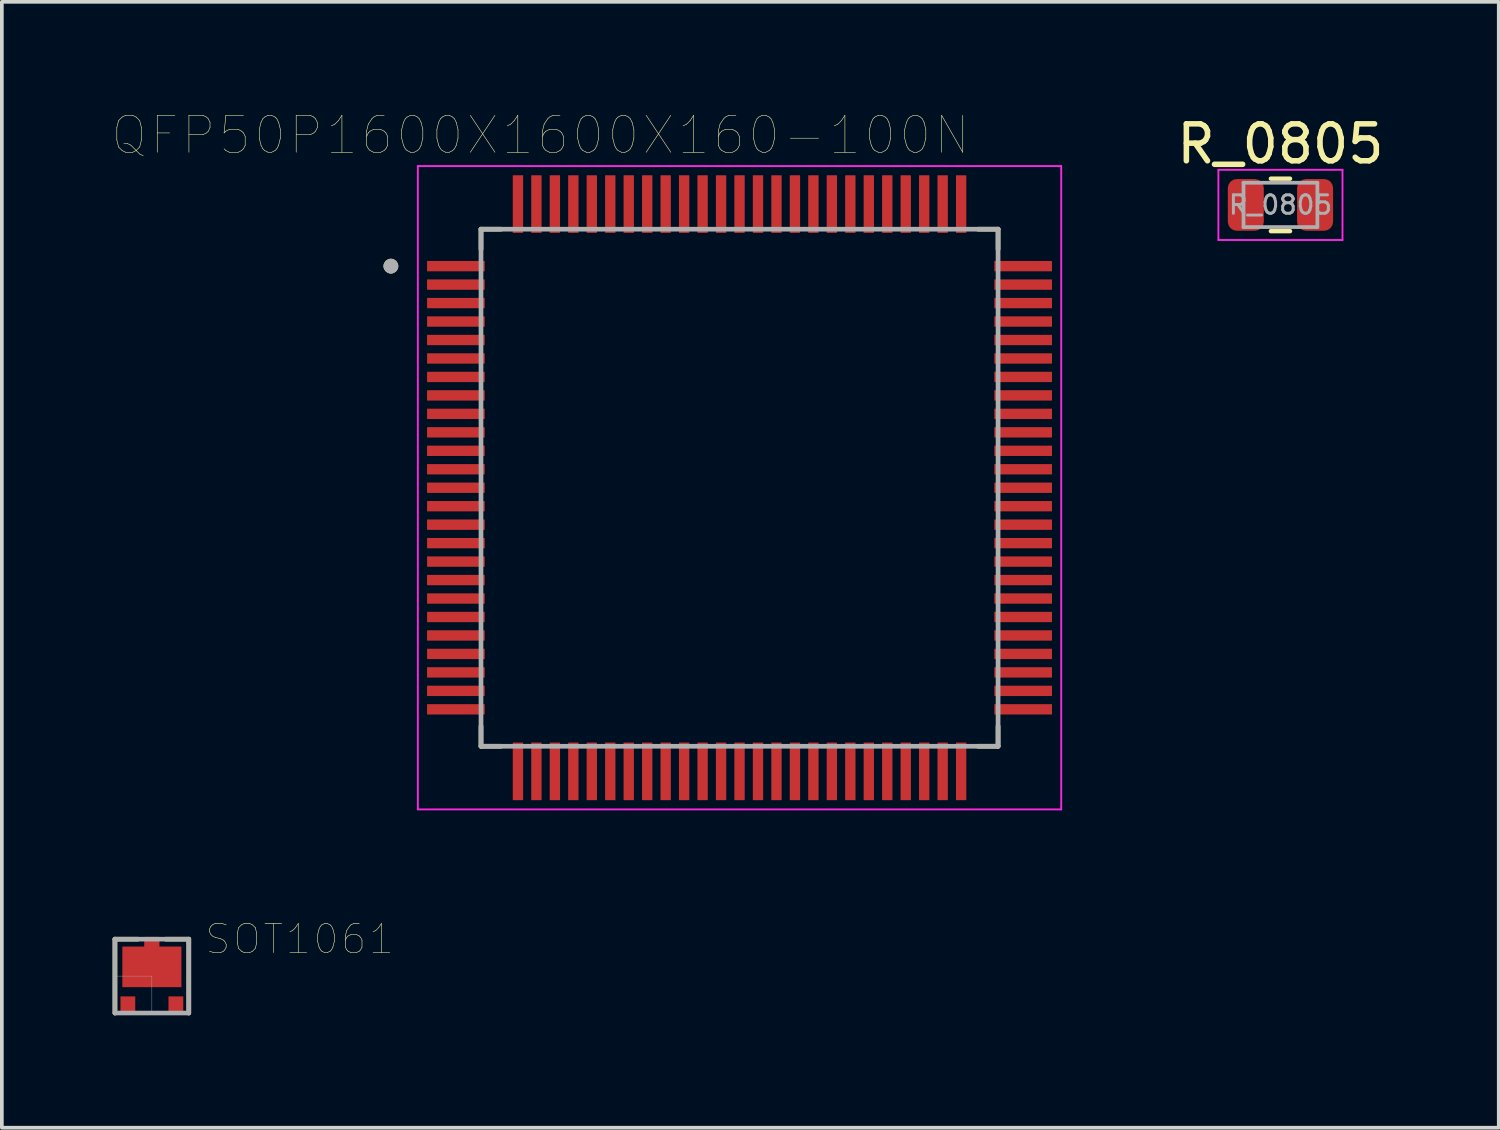
<source format=kicad_pcb>
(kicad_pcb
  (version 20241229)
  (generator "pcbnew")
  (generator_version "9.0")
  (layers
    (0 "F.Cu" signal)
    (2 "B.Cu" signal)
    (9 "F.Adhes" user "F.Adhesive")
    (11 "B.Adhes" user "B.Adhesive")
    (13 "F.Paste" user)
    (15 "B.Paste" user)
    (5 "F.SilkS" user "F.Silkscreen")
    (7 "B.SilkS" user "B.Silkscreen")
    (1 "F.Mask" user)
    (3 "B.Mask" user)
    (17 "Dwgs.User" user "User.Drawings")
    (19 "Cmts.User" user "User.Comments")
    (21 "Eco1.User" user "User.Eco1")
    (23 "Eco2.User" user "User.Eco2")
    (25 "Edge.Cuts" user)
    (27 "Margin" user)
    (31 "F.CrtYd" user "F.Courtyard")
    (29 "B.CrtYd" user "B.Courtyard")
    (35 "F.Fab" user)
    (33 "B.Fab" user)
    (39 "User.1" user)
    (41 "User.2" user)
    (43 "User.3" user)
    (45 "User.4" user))
  (footprint "QFP50P1600X1600X160-100N"
    (layer "F.Cu")
    (at 16.974 10.156)
    (property "Reference" "QFP50P1600X1600X160-100N" (at -5.385 -9.545 0) (layer "F.SilkS") (effects (font (size 1 1) (thickness 0.015))))
    (attr through_hole)
    (fp_line (start -7 -7) (end -7 -6.46) (stroke (width 0.127) (type solid)) (layer "F.SilkS"))
    (fp_line (start -7 -7) (end -6.46 -7) (stroke (width 0.127) (type solid)) (layer "F.SilkS"))
    (fp_line (start -7 7) (end -7 6.46) (stroke (width 0.127) (type solid)) (layer "F.SilkS"))
    (fp_line (start -7 7) (end -6.46 7) (stroke (width 0.127) (type solid)) (layer "F.SilkS"))
    (fp_line (start 7 -7) (end 6.46 -7) (stroke (width 0.127) (type solid)) (layer "F.SilkS"))
    (fp_line (start 7 -7) (end 7 -6.46) (stroke (width 0.127) (type solid)) (layer "F.SilkS"))
    (fp_line (start 7 7) (end 6.46 7) (stroke (width 0.127) (type solid)) (layer "F.SilkS"))
    (fp_line (start 7 7) (end 7 6.46) (stroke (width 0.127) (type solid)) (layer "F.SilkS"))
    (fp_circle (center -9.44 -6) (end -9.34 -6) (stroke (width 0.2) (type solid)) (fill no) (layer "F.SilkS"))
    (fp_line (start -8.71 -8.71) (end 8.71 -8.71) (stroke (width 0.05) (type solid)) (layer "F.CrtYd"))
    (fp_line (start -8.71 8.71) (end -8.71 -8.71) (stroke (width 0.05) (type solid)) (layer "F.CrtYd"))
    (fp_line (start -8.71 8.71) (end 8.71 8.71) (stroke (width 0.05) (type solid)) (layer "F.CrtYd"))
    (fp_line (start 8.71 8.71) (end 8.71 -8.71) (stroke (width 0.05) (type solid)) (layer "F.CrtYd"))
    (fp_line (start -7 7) (end -7 -7) (stroke (width 0.127) (type solid)) (layer "F.Fab"))
    (fp_line (start 7 -7) (end -7 -7) (stroke (width 0.127) (type solid)) (layer "F.Fab"))
    (fp_line (start 7 7) (end -7 7) (stroke (width 0.127) (type solid)) (layer "F.Fab"))
    (fp_line (start 7 7) (end 7 -7) (stroke (width 0.127) (type solid)) (layer "F.Fab"))
    (fp_circle (center -9.44 -6) (end -9.34 -6) (stroke (width 0.2) (type solid)) (fill no) (layer "F.Fab"))
    (pad "1" smd rect (at -7.68 -6) (size 1.56 0.28) (layers "F.Cu" "F.Mask" "F.Paste"))
    (pad "2" smd rect (at -7.68 -5.5) (size 1.56 0.28) (layers "F.Cu" "F.Mask" "F.Paste"))
    (pad "3" smd rect (at -7.68 -5) (size 1.56 0.28) (layers "F.Cu" "F.Mask" "F.Paste"))
    (pad "4" smd rect (at -7.68 -4.5) (size 1.56 0.28) (layers "F.Cu" "F.Mask" "F.Paste"))
    (pad "5" smd rect (at -7.68 -4) (size 1.56 0.28) (layers "F.Cu" "F.Mask" "F.Paste"))
    (pad "6" smd rect (at -7.68 -3.5) (size 1.56 0.28) (layers "F.Cu" "F.Mask" "F.Paste"))
    (pad "7" smd rect (at -7.68 -3) (size 1.56 0.28) (layers "F.Cu" "F.Mask" "F.Paste"))
    (pad "8" smd rect (at -7.68 -2.5) (size 1.56 0.28) (layers "F.Cu" "F.Mask" "F.Paste"))
    (pad "9" smd rect (at -7.68 -2) (size 1.56 0.28) (layers "F.Cu" "F.Mask" "F.Paste"))
    (pad "10" smd rect (at -7.68 -1.5) (size 1.56 0.28) (layers "F.Cu" "F.Mask" "F.Paste"))
    (pad "11" smd rect (at -7.68 -1) (size 1.56 0.28) (layers "F.Cu" "F.Mask" "F.Paste"))
    (pad "12" smd rect (at -7.68 -0.5) (size 1.56 0.28) (layers "F.Cu" "F.Mask" "F.Paste"))
    (pad "13" smd rect (at -7.68 0) (size 1.56 0.28) (layers "F.Cu" "F.Mask" "F.Paste"))
    (pad "14" smd rect (at -7.68 0.5) (size 1.56 0.28) (layers "F.Cu" "F.Mask" "F.Paste"))
    (pad "15" smd rect (at -7.68 1) (size 1.56 0.28) (layers "F.Cu" "F.Mask" "F.Paste"))
    (pad "16" smd rect (at -7.68 1.5) (size 1.56 0.28) (layers "F.Cu" "F.Mask" "F.Paste"))
    (pad "17" smd rect (at -7.68 2) (size 1.56 0.28) (layers "F.Cu" "F.Mask" "F.Paste"))
    (pad "18" smd rect (at -7.68 2.5) (size 1.56 0.28) (layers "F.Cu" "F.Mask" "F.Paste"))
    (pad "19" smd rect (at -7.68 3) (size 1.56 0.28) (layers "F.Cu" "F.Mask" "F.Paste"))
    (pad "20" smd rect (at -7.68 3.5) (size 1.56 0.28) (layers "F.Cu" "F.Mask" "F.Paste"))
    (pad "21" smd rect (at -7.68 4) (size 1.56 0.28) (layers "F.Cu" "F.Mask" "F.Paste"))
    (pad "22" smd rect (at -7.68 4.5) (size 1.56 0.28) (layers "F.Cu" "F.Mask" "F.Paste"))
    (pad "23" smd rect (at -7.68 5) (size 1.56 0.28) (layers "F.Cu" "F.Mask" "F.Paste"))
    (pad "24" smd rect (at -7.68 5.5) (size 1.56 0.28) (layers "F.Cu" "F.Mask" "F.Paste"))
    (pad "25" smd rect (at -7.68 6) (size 1.56 0.28) (layers "F.Cu" "F.Mask" "F.Paste"))
    (pad "26" smd rect (at -6 7.68) (size 0.28 1.56) (layers "F.Cu" "F.Mask" "F.Paste"))
    (pad "27" smd rect (at -5.5 7.68) (size 0.28 1.56) (layers "F.Cu" "F.Mask" "F.Paste"))
    (pad "28" smd rect (at -5 7.68) (size 0.28 1.56) (layers "F.Cu" "F.Mask" "F.Paste"))
    (pad "29" smd rect (at -4.5 7.68) (size 0.28 1.56) (layers "F.Cu" "F.Mask" "F.Paste"))
    (pad "30" smd rect (at -4 7.68) (size 0.28 1.56) (layers "F.Cu" "F.Mask" "F.Paste"))
    (pad "31" smd rect (at -3.5 7.68) (size 0.28 1.56) (layers "F.Cu" "F.Mask" "F.Paste"))
    (pad "32" smd rect (at -3 7.68) (size 0.28 1.56) (layers "F.Cu" "F.Mask" "F.Paste"))
    (pad "33" smd rect (at -2.5 7.68) (size 0.28 1.56) (layers "F.Cu" "F.Mask" "F.Paste"))
    (pad "34" smd rect (at -2 7.68) (size 0.28 1.56) (layers "F.Cu" "F.Mask" "F.Paste"))
    (pad "35" smd rect (at -1.5 7.68) (size 0.28 1.56) (layers "F.Cu" "F.Mask" "F.Paste"))
    (pad "36" smd rect (at -1 7.68) (size 0.28 1.56) (layers "F.Cu" "F.Mask" "F.Paste"))
    (pad "37" smd rect (at -0.5 7.68) (size 0.28 1.56) (layers "F.Cu" "F.Mask" "F.Paste"))
    (pad "38" smd rect (at 0 7.68) (size 0.28 1.56) (layers "F.Cu" "F.Mask" "F.Paste"))
    (pad "39" smd rect (at 0.5 7.68) (size 0.28 1.56) (layers "F.Cu" "F.Mask" "F.Paste"))
    (pad "40" smd rect (at 1 7.68) (size 0.28 1.56) (layers "F.Cu" "F.Mask" "F.Paste"))
    (pad "41" smd rect (at 1.5 7.68) (size 0.28 1.56) (layers "F.Cu" "F.Mask" "F.Paste"))
    (pad "42" smd rect (at 2 7.68) (size 0.28 1.56) (layers "F.Cu" "F.Mask" "F.Paste"))
    (pad "43" smd rect (at 2.5 7.68) (size 0.28 1.56) (layers "F.Cu" "F.Mask" "F.Paste"))
    (pad "44" smd rect (at 3 7.68) (size 0.28 1.56) (layers "F.Cu" "F.Mask" "F.Paste"))
    (pad "45" smd rect (at 3.5 7.68) (size 0.28 1.56) (layers "F.Cu" "F.Mask" "F.Paste"))
    (pad "46" smd rect (at 4 7.68) (size 0.28 1.56) (layers "F.Cu" "F.Mask" "F.Paste"))
    (pad "47" smd rect (at 4.5 7.68) (size 0.28 1.56) (layers "F.Cu" "F.Mask" "F.Paste"))
    (pad "48" smd rect (at 5 7.68) (size 0.28 1.56) (layers "F.Cu" "F.Mask" "F.Paste"))
    (pad "49" smd rect (at 5.5 7.68) (size 0.28 1.56) (layers "F.Cu" "F.Mask" "F.Paste"))
    (pad "50" smd rect (at 6 7.68) (size 0.28 1.56) (layers "F.Cu" "F.Mask" "F.Paste"))
    (pad "51" smd rect (at 7.68 6) (size 1.56 0.28) (layers "F.Cu" "F.Mask" "F.Paste"))
    (pad "52" smd rect (at 7.68 5.5) (size 1.56 0.28) (layers "F.Cu" "F.Mask" "F.Paste"))
    (pad "53" smd rect (at 7.68 5) (size 1.56 0.28) (layers "F.Cu" "F.Mask" "F.Paste"))
    (pad "54" smd rect (at 7.68 4.5) (size 1.56 0.28) (layers "F.Cu" "F.Mask" "F.Paste"))
    (pad "55" smd rect (at 7.68 4) (size 1.56 0.28) (layers "F.Cu" "F.Mask" "F.Paste"))
    (pad "56" smd rect (at 7.68 3.5) (size 1.56 0.28) (layers "F.Cu" "F.Mask" "F.Paste"))
    (pad "57" smd rect (at 7.68 3) (size 1.56 0.28) (layers "F.Cu" "F.Mask" "F.Paste"))
    (pad "58" smd rect (at 7.68 2.5) (size 1.56 0.28) (layers "F.Cu" "F.Mask" "F.Paste"))
    (pad "59" smd rect (at 7.68 2) (size 1.56 0.28) (layers "F.Cu" "F.Mask" "F.Paste"))
    (pad "60" smd rect (at 7.68 1.5) (size 1.56 0.28) (layers "F.Cu" "F.Mask" "F.Paste"))
    (pad "61" smd rect (at 7.68 1) (size 1.56 0.28) (layers "F.Cu" "F.Mask" "F.Paste"))
    (pad "62" smd rect (at 7.68 0.5) (size 1.56 0.28) (layers "F.Cu" "F.Mask" "F.Paste"))
    (pad "63" smd rect (at 7.68 0) (size 1.56 0.28) (layers "F.Cu" "F.Mask" "F.Paste"))
    (pad "64" smd rect (at 7.68 -0.5) (size 1.56 0.28) (layers "F.Cu" "F.Mask" "F.Paste"))
    (pad "65" smd rect (at 7.68 -1) (size 1.56 0.28) (layers "F.Cu" "F.Mask" "F.Paste"))
    (pad "66" smd rect (at 7.68 -1.5) (size 1.56 0.28) (layers "F.Cu" "F.Mask" "F.Paste"))
    (pad "67" smd rect (at 7.68 -2) (size 1.56 0.28) (layers "F.Cu" "F.Mask" "F.Paste"))
    (pad "68" smd rect (at 7.68 -2.5) (size 1.56 0.28) (layers "F.Cu" "F.Mask" "F.Paste"))
    (pad "69" smd rect (at 7.68 -3) (size 1.56 0.28) (layers "F.Cu" "F.Mask" "F.Paste"))
    (pad "70" smd rect (at 7.68 -3.5) (size 1.56 0.28) (layers "F.Cu" "F.Mask" "F.Paste"))
    (pad "71" smd rect (at 7.68 -4) (size 1.56 0.28) (layers "F.Cu" "F.Mask" "F.Paste"))
    (pad "72" smd rect (at 7.68 -4.5) (size 1.56 0.28) (layers "F.Cu" "F.Mask" "F.Paste"))
    (pad "73" smd rect (at 7.68 -5) (size 1.56 0.28) (layers "F.Cu" "F.Mask" "F.Paste"))
    (pad "74" smd rect (at 7.68 -5.5) (size 1.56 0.28) (layers "F.Cu" "F.Mask" "F.Paste"))
    (pad "75" smd rect (at 7.68 -6) (size 1.56 0.28) (layers "F.Cu" "F.Mask" "F.Paste"))
    (pad "76" smd rect (at 6 -7.68) (size 0.28 1.56) (layers "F.Cu" "F.Mask" "F.Paste"))
    (pad "77" smd rect (at 5.5 -7.68) (size 0.28 1.56) (layers "F.Cu" "F.Mask" "F.Paste"))
    (pad "78" smd rect (at 5 -7.68) (size 0.28 1.56) (layers "F.Cu" "F.Mask" "F.Paste"))
    (pad "79" smd rect (at 4.5 -7.68) (size 0.28 1.56) (layers "F.Cu" "F.Mask" "F.Paste"))
    (pad "80" smd rect (at 4 -7.68) (size 0.28 1.56) (layers "F.Cu" "F.Mask" "F.Paste"))
    (pad "81" smd rect (at 3.5 -7.68) (size 0.28 1.56) (layers "F.Cu" "F.Mask" "F.Paste"))
    (pad "82" smd rect (at 3 -7.68) (size 0.28 1.56) (layers "F.Cu" "F.Mask" "F.Paste"))
    (pad "83" smd rect (at 2.5 -7.68) (size 0.28 1.56) (layers "F.Cu" "F.Mask" "F.Paste"))
    (pad "84" smd rect (at 2 -7.68) (size 0.28 1.56) (layers "F.Cu" "F.Mask" "F.Paste"))
    (pad "85" smd rect (at 1.5 -7.68) (size 0.28 1.56) (layers "F.Cu" "F.Mask" "F.Paste"))
    (pad "86" smd rect (at 1 -7.68) (size 0.28 1.56) (layers "F.Cu" "F.Mask" "F.Paste"))
    (pad "87" smd rect (at 0.5 -7.68) (size 0.28 1.56) (layers "F.Cu" "F.Mask" "F.Paste"))
    (pad "88" smd rect (at 0 -7.68) (size 0.28 1.56) (layers "F.Cu" "F.Mask" "F.Paste"))
    (pad "89" smd rect (at -0.5 -7.68) (size 0.28 1.56) (layers "F.Cu" "F.Mask" "F.Paste"))
    (pad "90" smd rect (at -1 -7.68) (size 0.28 1.56) (layers "F.Cu" "F.Mask" "F.Paste"))
    (pad "91" smd rect (at -1.5 -7.68) (size 0.28 1.56) (layers "F.Cu" "F.Mask" "F.Paste"))
    (pad "92" smd rect (at -2 -7.68) (size 0.28 1.56) (layers "F.Cu" "F.Mask" "F.Paste"))
    (pad "93" smd rect (at -2.5 -7.68) (size 0.28 1.56) (layers "F.Cu" "F.Mask" "F.Paste"))
    (pad "94" smd rect (at -3 -7.68) (size 0.28 1.56) (layers "F.Cu" "F.Mask" "F.Paste"))
    (pad "95" smd rect (at -3.5 -7.68) (size 0.28 1.56) (layers "F.Cu" "F.Mask" "F.Paste"))
    (pad "96" smd rect (at -4 -7.68) (size 0.28 1.56) (layers "F.Cu" "F.Mask" "F.Paste"))
    (pad "97" smd rect (at -4.5 -7.68) (size 0.28 1.56) (layers "F.Cu" "F.Mask" "F.Paste"))
    (pad "98" smd rect (at -5 -7.68) (size 0.28 1.56) (layers "F.Cu" "F.Mask" "F.Paste"))
    (pad "99" smd rect (at -5.5 -7.68) (size 0.28 1.56) (layers "F.Cu" "F.Mask" "F.Paste"))
    (pad "100" smd rect (at -6 -7.68) (size 0.28 1.56) (layers "F.Cu" "F.Mask" "F.Paste")))
  (footprint "R_0805"
    (layer "F.Cu")
    (at 31.62 2.498)
    (property "Reference" "R_0805" (at 0 -1.65 0) (layer "F.SilkS") (effects (font (size 1 1) (thickness 0.15))))
    (attr smd)
    (fp_line (start -0.259 -0.71) (end 0.259 -0.71) (stroke (width 0.12) (type solid)) (layer "F.SilkS"))
    (fp_line (start -0.259 0.71) (end 0.259 0.71) (stroke (width 0.12) (type solid)) (layer "F.SilkS"))
    (fp_line (start -1.68 -0.95) (end 1.68 -0.95) (stroke (width 0.05) (type solid)) (layer "F.CrtYd"))
    (fp_line (start -1.68 0.95) (end -1.68 -0.95) (stroke (width 0.05) (type solid)) (layer "F.CrtYd"))
    (fp_line (start 1.68 -0.95) (end 1.68 0.95) (stroke (width 0.05) (type solid)) (layer "F.CrtYd"))
    (fp_line (start 1.68 0.95) (end -1.68 0.95) (stroke (width 0.05) (type solid)) (layer "F.CrtYd"))
    (fp_line (start -1 -0.6) (end 1 -0.6) (stroke (width 0.1) (type solid)) (layer "F.Fab"))
    (fp_line (start -1 0.6) (end -1 -0.6) (stroke (width 0.1) (type solid)) (layer "F.Fab"))
    (fp_line (start 1 -0.6) (end 1 0.6) (stroke (width 0.1) (type solid)) (layer "F.Fab"))
    (fp_line (start 1 0.6) (end -1 0.6) (stroke (width 0.1) (type solid)) (layer "F.Fab"))
    (fp_text user "${REFERENCE}" (at 0 0 0) (layer "F.Fab") (effects (font (size 0.5 0.5) (thickness 0.08))))
    (pad "1" smd roundrect (at -0.938 0) (size 0.975 1.4) (layers "F.Cu" "F.Mask" "F.Paste") (roundrect_rratio 0.25))
    (pad "2" smd roundrect (at 0.938 0) (size 0.975 1.4) (layers "F.Cu" "F.Mask" "F.Paste") (roundrect_rratio 0.25)))
  (footprint "SOT1061"
    (layer "F.Cu")
    (at 1.062 23.379)
    (property "Reference" "SOT1061" (at 4.001 -1 0) (layer "F.SilkS") (effects (font (size 0.788 0.788) (thickness 0.015))))
    (attr through_hole)
    (fp_poly (pts (xy 0.8 0.3) (xy -0.8 0.3) (xy -0.8 -0.8) (xy -0.2 -0.8) (xy -0.2 -1.05) (xy 0.2 -1.05) (xy 0.2 -0.8) (xy 0.8 -0.8)) (stroke (width 0) (type solid)) (fill yes) (layer "F.Cu"))
    (fp_poly (pts (xy -0.901 0.5) (xy -0.4 0.5) (xy -0.4 1.102) (xy -0.901 1.102)) (stroke (width 0.01) (type solid)) (fill yes) (layer "F.Mask"))
    (fp_poly (pts (xy 0.401 0.5) (xy 0.9 0.5) (xy 0.9 1.101) (xy 0.401 1.101)) (stroke (width 0.01) (type solid)) (fill yes) (layer "F.Mask"))
    (fp_poly (pts (xy 0.85 0.35) (xy -0.85 0.35) (xy -0.85 -0.85) (xy -0.25 -0.85) (xy -0.25 -1.1) (xy 0.25 -1.1) (xy 0.25 -0.85) (xy 0.85 -0.85)) (stroke (width 0) (type solid)) (fill yes) (layer "F.Mask"))
    (fp_line (start -1 -1) (end -1 1) (stroke (width 0.125) (type solid)) (layer "F.SilkS"))
    (fp_line (start -0.375 -1) (end -1 -1) (stroke (width 0.125) (type solid)) (layer "F.SilkS"))
    (fp_line (start 1 -1) (end 0.375 -1) (stroke (width 0.125) (type solid)) (layer "F.SilkS"))
    (fp_line (start 1 1) (end 1 -1) (stroke (width 0.125) (type solid)) (layer "F.SilkS"))
    (fp_poly (pts (xy 0.8 0.3) (xy -0.8 0.3) (xy -0.8 -0.8) (xy -0.2 -0.8) (xy -0.2 -1.05) (xy 0.2 -1.05) (xy 0.2 -0.8) (xy 0.8 -0.8)) (stroke (width 0) (type solid)) (fill yes) (layer "F.Paste"))
    (fp_line (start -1 -1) (end 1 -1) (stroke (width 0.125) (type solid)) (layer "F.Fab"))
    (fp_line (start -1 1) (end -1 -1) (stroke (width 0.125) (type solid)) (layer "F.Fab"))
    (fp_line (start 1 -1) (end 1 -0.9) (stroke (width 0.125) (type solid)) (layer "F.Fab"))
    (fp_line (start 1 -0.9) (end 1 1) (stroke (width 0.125) (type solid)) (layer "F.Fab"))
    (fp_line (start 1 1) (end -1 1) (stroke (width 0.125) (type solid)) (layer "F.Fab"))
    (fp_poly (pts (xy -1 0) (xy 0 0) (xy 0 1) (xy -1 1)) (stroke (width 0.01) (type solid)) (fill no) (layer "F.Fab"))
    (pad "1" smd rect (at -0.65 0.8) (size 0.4 0.5) (layers "F.Cu" "F.Paste"))
    (pad "2" smd rect (at 0.65 0.8) (size 0.4 0.5) (layers "F.Cu" "F.Paste"))
    (pad "3" smd rect (at 0 -0.875) (size 0.001 0.001) (layers "F.Cu"))
    (pad "3" smd rect (at 0 -0.813) (size 0.4 0.5) (layers "F.Cu" "F.Paste")))
  (gr_rect
    (start -3 -3)
    (end 37.531 27.485)
    (stroke (width 0.1) (type default))
    (fill no)
    (layer "Edge.Cuts")))
</source>
